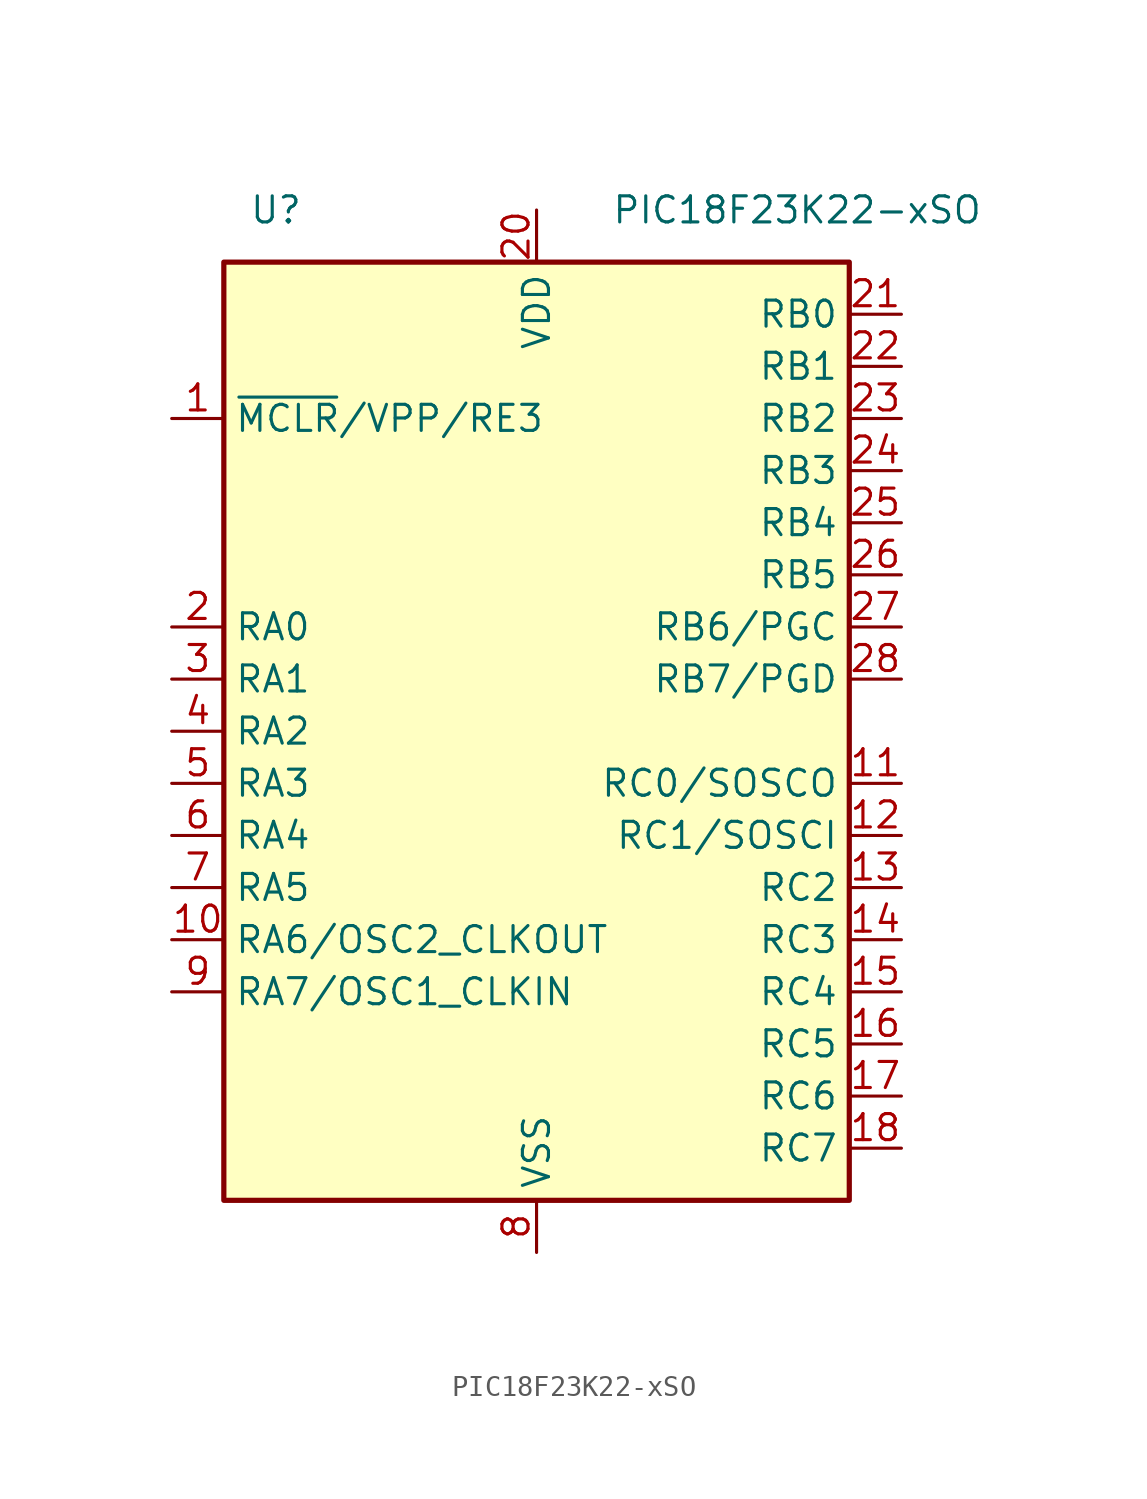
<source format=kicad_sym>
(kicad_symbol_lib
  (version 20201005)
  (generator kicad_symbol_editor)
  (symbol "PIC18F23K22-xSO"
    (property "Reference" "U"
      (at -12.7 25.4 0)
      (effects (font (size 1.27 1.27))))
    (property "Value" "PIC18F23K22-xSO"
      (at 12.7 25.4 0)
      (effects (font (size 1.27 1.27))))
    (symbol "PIC18F23K22-xSO_1_1"
      (rectangle (start -15.24 22.86) (end 15.24 -22.86) (stroke (width 0.254)) (fill (type background)))
      (pin input line (at -17.78 15.24 0) (length 2.54) (name "~MCLR~/VPP/RE3" (effects (font (size 1.27 1.27)))) (number "1" (effects (font (size 1.27 1.27)))))
      (pin bidirectional line (at -17.78 -10.16 0) (length 2.54) (name "RA6/OSC2_CLKOUT" (effects (font (size 1.27 1.27)))) (number "10" (effects (font (size 1.27 1.27)))))
      (pin bidirectional line (at 17.78 -2.54 180) (length 2.54) (name "RC0/SOSCO" (effects (font (size 1.27 1.27)))) (number "11" (effects (font (size 1.27 1.27)))))
      (pin bidirectional line (at 17.78 -5.08 180) (length 2.54) (name "RC1/SOSCI" (effects (font (size 1.27 1.27)))) (number "12" (effects (font (size 1.27 1.27)))))
      (pin bidirectional line (at 17.78 -7.62 180) (length 2.54) (name "RC2" (effects (font (size 1.27 1.27)))) (number "13" (effects (font (size 1.27 1.27)))))
      (pin bidirectional line (at 17.78 -10.16 180) (length 2.54) (name "RC3" (effects (font (size 1.27 1.27)))) (number "14" (effects (font (size 1.27 1.27)))))
      (pin bidirectional line (at 17.78 -12.7 180) (length 2.54) (name "RC4" (effects (font (size 1.27 1.27)))) (number "15" (effects (font (size 1.27 1.27)))))
      (pin bidirectional line (at 17.78 -15.24 180) (length 2.54) (name "RC5" (effects (font (size 1.27 1.27)))) (number "16" (effects (font (size 1.27 1.27)))))
      (pin bidirectional line (at 17.78 -17.78 180) (length 2.54) (name "RC6" (effects (font (size 1.27 1.27)))) (number "17" (effects (font (size 1.27 1.27)))))
      (pin bidirectional line (at 17.78 -20.32 180) (length 2.54) (name "RC7" (effects (font (size 1.27 1.27)))) (number "18" (effects (font (size 1.27 1.27)))))
      (pin passive line (at 0 -25.4 90) (length 2.54) hide (name "VSS" (effects (font (size 1.27 1.27)))) (number "19" (effects (font (size 1.27 1.27)))))
      (pin bidirectional line (at -17.78 5.08 0) (length 2.54) (name "RA0" (effects (font (size 1.27 1.27)))) (number "2" (effects (font (size 1.27 1.27)))))
      (pin power_in line (at 0 25.4 270) (length 2.54) (name "VDD" (effects (font (size 1.27 1.27)))) (number "20" (effects (font (size 1.27 1.27)))))
      (pin bidirectional line (at 17.78 20.32 180) (length 2.54) (name "RB0" (effects (font (size 1.27 1.27)))) (number "21" (effects (font (size 1.27 1.27)))))
      (pin bidirectional line (at 17.78 17.78 180) (length 2.54) (name "RB1" (effects (font (size 1.27 1.27)))) (number "22" (effects (font (size 1.27 1.27)))))
      (pin bidirectional line (at 17.78 15.24 180) (length 2.54) (name "RB2" (effects (font (size 1.27 1.27)))) (number "23" (effects (font (size 1.27 1.27)))))
      (pin bidirectional line (at 17.78 12.7 180) (length 2.54) (name "RB3" (effects (font (size 1.27 1.27)))) (number "24" (effects (font (size 1.27 1.27)))))
      (pin bidirectional line (at 17.78 10.16 180) (length 2.54) (name "RB4" (effects (font (size 1.27 1.27)))) (number "25" (effects (font (size 1.27 1.27)))))
      (pin bidirectional line (at 17.78 7.62 180) (length 2.54) (name "RB5" (effects (font (size 1.27 1.27)))) (number "26" (effects (font (size 1.27 1.27)))))
      (pin bidirectional line (at 17.78 5.08 180) (length 2.54) (name "RB6/PGC" (effects (font (size 1.27 1.27)))) (number "27" (effects (font (size 1.27 1.27)))))
      (pin bidirectional line (at 17.78 2.54 180) (length 2.54) (name "RB7/PGD" (effects (font (size 1.27 1.27)))) (number "28" (effects (font (size 1.27 1.27)))))
      (pin bidirectional line (at -17.78 2.54 0) (length 2.54) (name "RA1" (effects (font (size 1.27 1.27)))) (number "3" (effects (font (size 1.27 1.27)))))
      (pin bidirectional line (at -17.78 0 0) (length 2.54) (name "RA2" (effects (font (size 1.27 1.27)))) (number "4" (effects (font (size 1.27 1.27)))))
      (pin bidirectional line (at -17.78 -2.54 0) (length 2.54) (name "RA3" (effects (font (size 1.27 1.27)))) (number "5" (effects (font (size 1.27 1.27)))))
      (pin bidirectional line (at -17.78 -5.08 0) (length 2.54) (name "RA4" (effects (font (size 1.27 1.27)))) (number "6" (effects (font (size 1.27 1.27)))))
      (pin bidirectional line (at -17.78 -7.62 0) (length 2.54) (name "RA5" (effects (font (size 1.27 1.27)))) (number "7" (effects (font (size 1.27 1.27)))))
      (pin power_in line (at 0 -25.4 90) (length 2.54) (name "VSS" (effects (font (size 1.27 1.27)))) (number "8" (effects (font (size 1.27 1.27)))))
      (pin bidirectional line (at -17.78 -12.7 0) (length 2.54) (name "RA7/OSC1_CLKIN" (effects (font (size 1.27 1.27)))) (number "9" (effects (font (size 1.27 1.27))))))))
</source>
